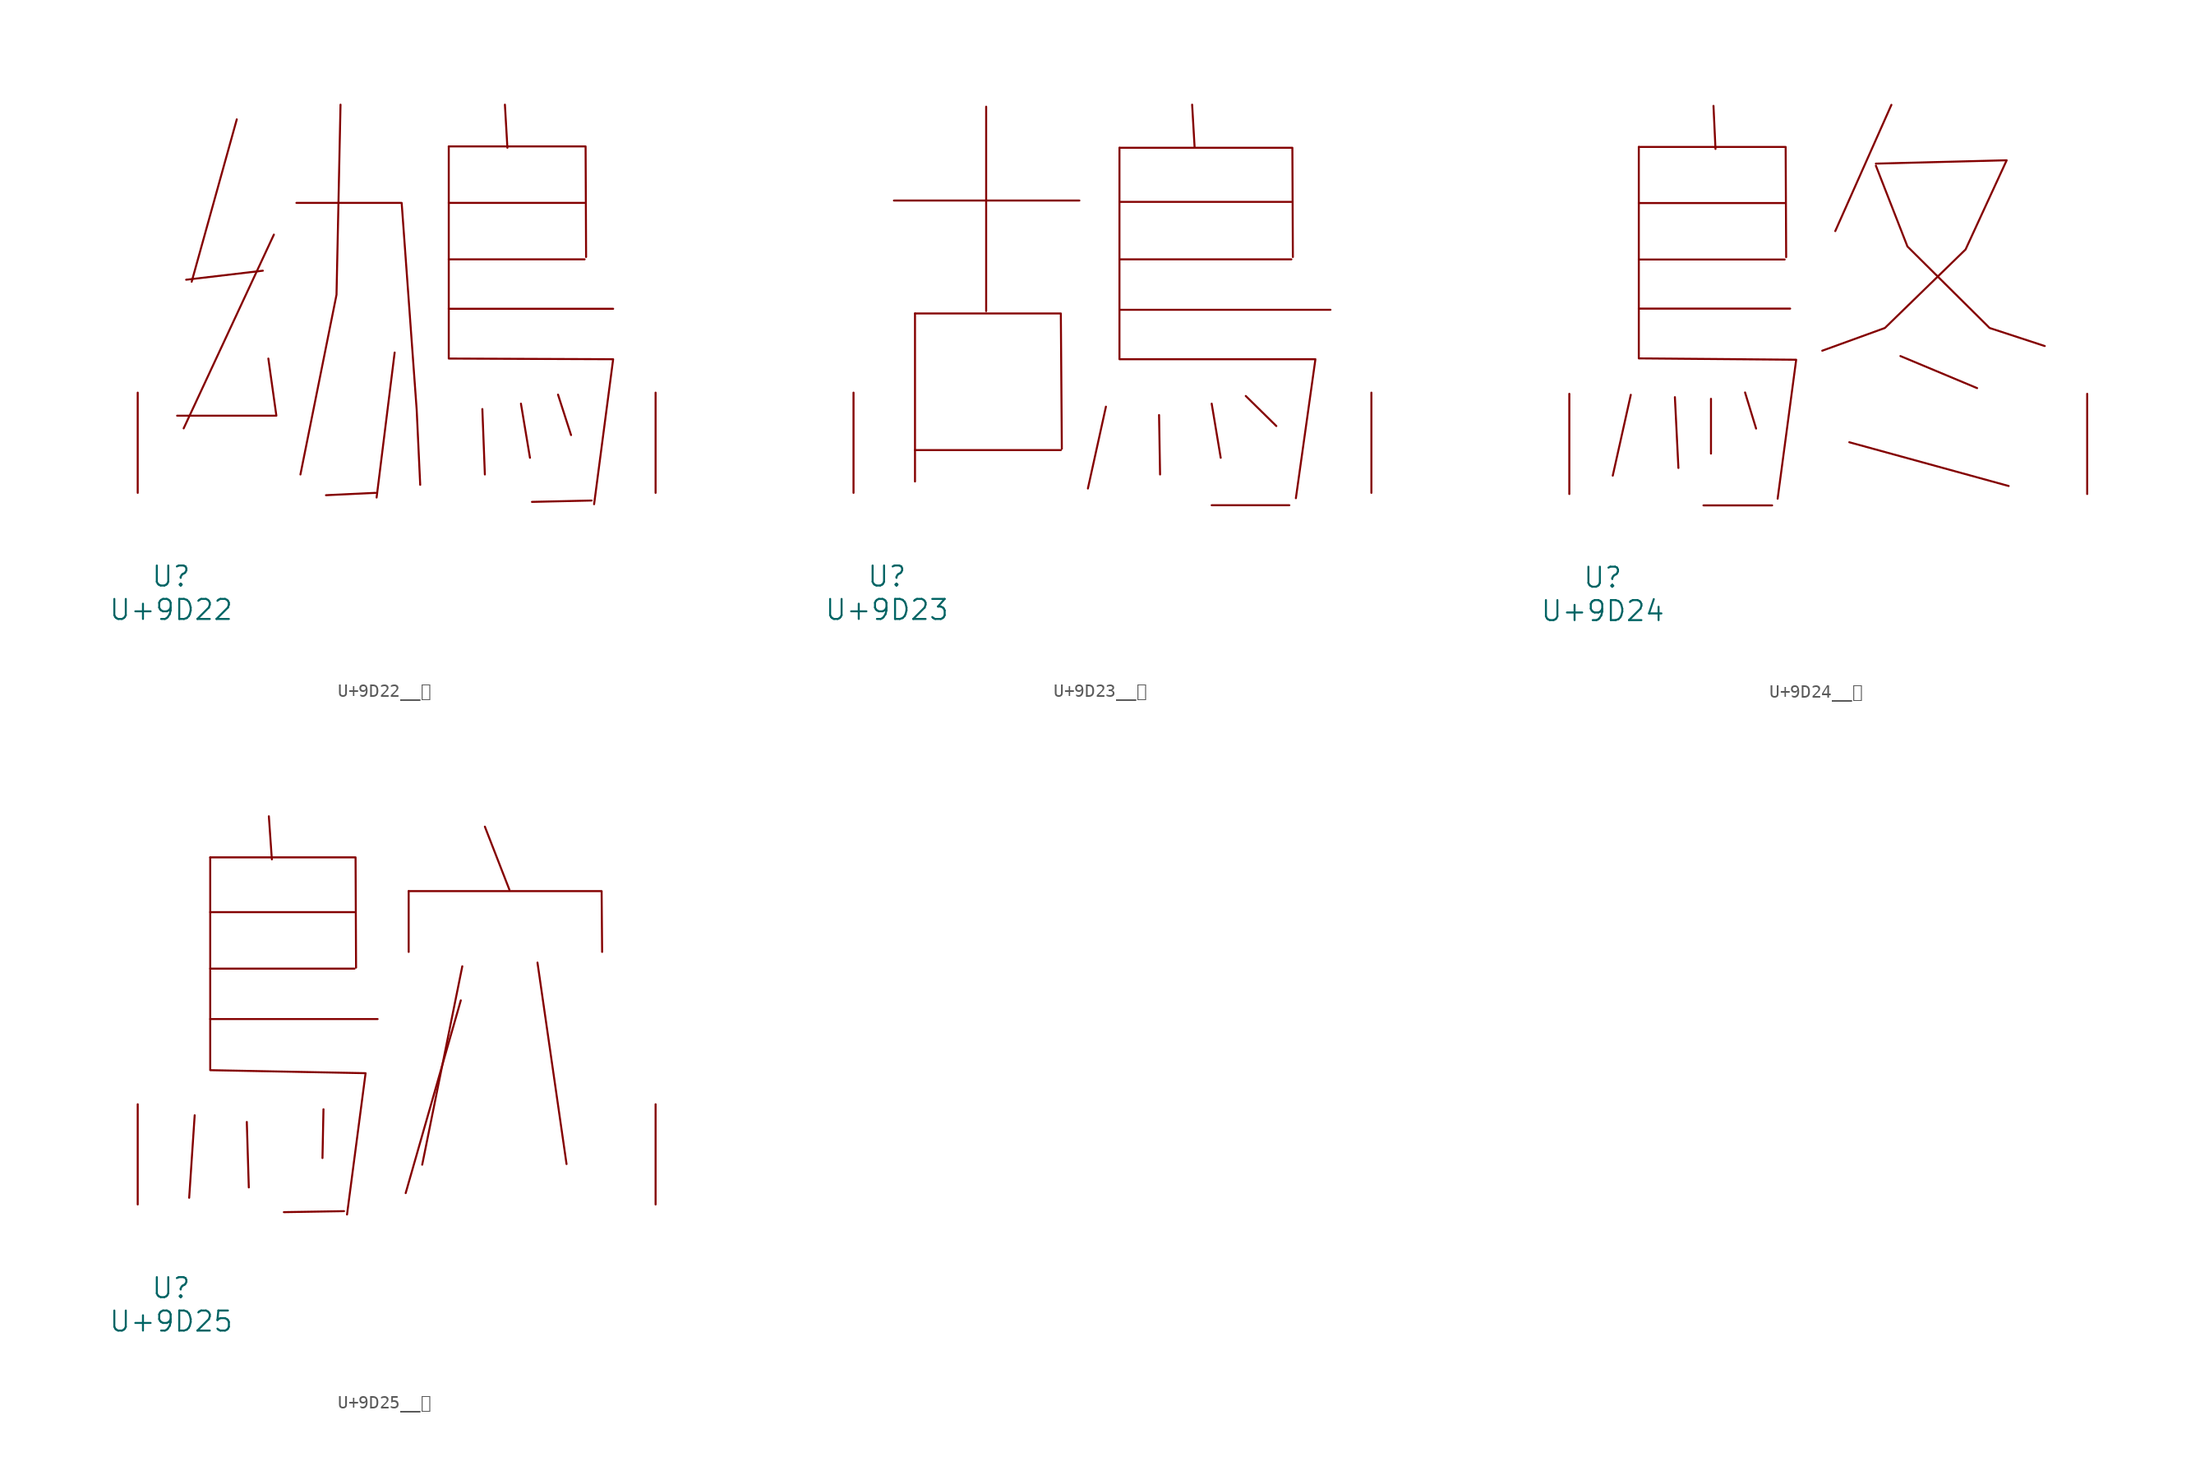
<source format=kicad_sym>
(kicad_symbol_lib
  (version 20231120)
  (generator "kicad_symbol_editor")
  (generator_version "8.0")
  (symbol "U+9D22__鴢"
    (pin_names
      (offset 1.016))
    (property "Reference" "U"
      (at 0 -6.35 0)
      (effects (font (size 1.524 1.524))))
    (property "Value" "U+9D22"
      (at 0 -8.89 0)
      (effects (font (size 1.524 1.524))))
    (symbol "U+9D22__鴢_0_1"
      (polyline (pts (xy 4.991 28.397) (xy 1.562 16.053)) (stroke (width 0) (type solid)) (fill (type none)))
      (polyline (pts (xy 6.972 16.891) (xy 1.143 16.205)) (stroke (width 0) (type solid)) (fill (type none)))
      (polyline (pts (xy 7.811 19.634) (xy 0.953 4.902)) (stroke (width 0) (type solid)) (fill (type none)))
      (polyline (pts (xy 15.545 0) (xy 11.773 -0.178)) (stroke (width 0) (type solid)) (fill (type none)))
      (polyline (pts (xy 16.993 10.668) (xy 15.621 -0.356)) (stroke (width 0) (type solid)) (fill (type none)))
      (polyline (pts (xy 21.107 13.995) (xy 33.604 13.995)) (stroke (width 0) (type solid)) (fill (type none)))
      (polyline (pts (xy 21.107 17.755) (xy 31.433 17.755)) (stroke (width 0) (type solid)) (fill (type none)))
      (polyline (pts (xy 21.107 22.047) (xy 31.433 22.047)) (stroke (width 0) (type solid)) (fill (type none)))
      (polyline (pts (xy 23.66 6.375) (xy 23.851 1.397)) (stroke (width 0) (type solid)) (fill (type none)))
      (polyline (pts (xy 25.375 29.515) (xy 25.565 26.238)) (stroke (width 0) (type solid)) (fill (type none)))
      (polyline (pts (xy 26.594 6.782) (xy 27.28 2.667)) (stroke (width 0) (type solid)) (fill (type none)))
      (polyline (pts (xy 29.413 7.468) (xy 30.404 4.394)) (stroke (width 0) (type solid)) (fill (type none)))
      (polyline (pts (xy 31.966 -0.584) (xy 27.432 -0.686)) (stroke (width 0) (type solid)) (fill (type none)))
      (polyline (pts (xy 7.391 10.211) (xy 8.001 5.867) (xy 0.457 5.867)) (stroke (width 0) (type solid)) (fill (type none)))
      (polyline (pts (xy 12.878 29.515) (xy 12.573 15.062) (xy 9.83 1.397)) (stroke (width 0) (type solid)) (fill (type none)))
      (polyline (pts (xy 21.107 26.34) (xy 31.509 26.34) (xy 31.547 17.932)) (stroke (width 0) (type solid)) (fill (type none)))
      (polyline (pts (xy 9.525 22.047) (xy 17.526 22.047) (xy 18.669 6.299) (xy 18.936 0.61)) (stroke (width 0) (type solid)) (fill (type none)))
      (polyline (pts (xy 21.107 26.34) (xy 21.107 10.211) (xy 33.604 10.16) (xy 32.156 -0.864)) (stroke (width 0) (type solid)) (fill (type none)))
      (pin input line (at -2.54 0 90) (length 7.62) (name "~" (effects (font (size 1.27 1.27)))) (number "~" (effects (font (size 1.27 1.27)))))
      (pin input line (at 36.83 0 90) (length 7.62) (name "~" (effects (font (size 1.27 1.27)))) (number "~" (effects (font (size 1.27 1.27)))))))
  (symbol "U+9D23__鴣"
    (pin_names
      (offset 1.016))
    (property "Reference" "U"
      (at 0 -6.35 0)
      (effects (font (size 1.524 1.524))))
    (property "Value" "U+9D23"
      (at 0 -8.89 0)
      (effects (font (size 1.524 1.524))))
    (symbol "U+9D23__鴣_0_1"
      (polyline (pts (xy 0.533 22.225) (xy 14.63 22.225)) (stroke (width 0) (type solid)) (fill (type none)))
      (polyline (pts (xy 2.134 3.251) (xy 13.221 3.251)) (stroke (width 0) (type solid)) (fill (type none)))
      (polyline (pts (xy 2.134 13.64) (xy 2.134 0.864)) (stroke (width 0) (type solid)) (fill (type none)))
      (polyline (pts (xy 7.544 29.362) (xy 7.544 13.818)) (stroke (width 0) (type solid)) (fill (type none)))
      (polyline (pts (xy 16.65 6.553) (xy 15.278 0.33)) (stroke (width 0) (type solid)) (fill (type none)))
      (polyline (pts (xy 17.678 13.919) (xy 33.718 13.919)) (stroke (width 0) (type solid)) (fill (type none)))
      (polyline (pts (xy 17.678 17.755) (xy 30.747 17.755)) (stroke (width 0) (type solid)) (fill (type none)))
      (polyline (pts (xy 17.678 22.123) (xy 30.747 22.123)) (stroke (width 0) (type solid)) (fill (type none)))
      (polyline (pts (xy 20.688 5.918) (xy 20.765 1.397)) (stroke (width 0) (type solid)) (fill (type none)))
      (polyline (pts (xy 23.203 29.515) (xy 23.393 26.238)) (stroke (width 0) (type solid)) (fill (type none)))
      (polyline (pts (xy 24.689 -0.94) (xy 30.594 -0.94)) (stroke (width 0) (type solid)) (fill (type none)))
      (polyline (pts (xy 24.689 6.782) (xy 25.375 2.667)) (stroke (width 0) (type solid)) (fill (type none)))
      (polyline (pts (xy 27.28 7.366) (xy 29.604 5.08)) (stroke (width 0) (type solid)) (fill (type none)))
      (polyline (pts (xy 2.134 13.64) (xy 13.221 13.64) (xy 13.297 3.353)) (stroke (width 0) (type solid)) (fill (type none)))
      (polyline (pts (xy 17.678 26.238) (xy 30.823 26.238) (xy 30.861 17.932)) (stroke (width 0) (type solid)) (fill (type none)))
      (polyline (pts (xy 17.678 26.238) (xy 17.678 10.16) (xy 32.575 10.16) (xy 31.09 -0.406)) (stroke (width 0) (type solid)) (fill (type none)))
      (pin input line (at -2.54 0 90) (length 7.62) (name "~" (effects (font (size 1.27 1.27)))) (number "~" (effects (font (size 1.27 1.27)))))
      (pin input line (at 36.83 0 90) (length 7.62) (name "~" (effects (font (size 1.27 1.27)))) (number "~" (effects (font (size 1.27 1.27)))))))
  (symbol "U+9D24__鴤"
    (pin_names
      (offset 1.016))
    (property "Reference" "U"
      (at 0 -6.35 0)
      (effects (font (size 1.524 1.524))))
    (property "Value" "U+9D24"
      (at 0 -8.89 0)
      (effects (font (size 1.524 1.524))))
    (symbol "U+9D24__鴤_0_1"
      (polyline (pts (xy 2.134 7.544) (xy 0.762 1.397)) (stroke (width 0) (type solid)) (fill (type none)))
      (polyline (pts (xy 2.743 14.097) (xy 14.249 14.097)) (stroke (width 0) (type solid)) (fill (type none)))
      (polyline (pts (xy 2.743 17.831) (xy 13.83 17.831)) (stroke (width 0) (type solid)) (fill (type none)))
      (polyline (pts (xy 2.743 22.123) (xy 13.83 22.123)) (stroke (width 0) (type solid)) (fill (type none)))
      (polyline (pts (xy 5.486 7.366) (xy 5.753 1.981)) (stroke (width 0) (type solid)) (fill (type none)))
      (polyline (pts (xy 7.658 -0.864) (xy 12.878 -0.864)) (stroke (width 0) (type solid)) (fill (type none)))
      (polyline (pts (xy 8.23 7.239) (xy 8.23 3.073)) (stroke (width 0) (type solid)) (fill (type none)))
      (polyline (pts (xy 8.42 29.515) (xy 8.572 26.238)) (stroke (width 0) (type solid)) (fill (type none)))
      (polyline (pts (xy 10.82 7.722) (xy 11.659 4.978)) (stroke (width 0) (type solid)) (fill (type none)))
      (polyline (pts (xy 18.745 3.937) (xy 30.861 0.61)) (stroke (width 0) (type solid)) (fill (type none)))
      (polyline (pts (xy 21.946 29.591) (xy 17.678 19.99)) (stroke (width 0) (type solid)) (fill (type none)))
      (polyline (pts (xy 22.631 10.49) (xy 28.461 8.052)) (stroke (width 0) (type solid)) (fill (type none)))
      (polyline (pts (xy 2.743 26.391) (xy 13.906 26.391) (xy 13.945 18.009)) (stroke (width 0) (type solid)) (fill (type none)))
      (polyline (pts (xy 2.743 26.391) (xy 2.743 10.312) (xy 14.707 10.211) (xy 13.297 -0.356)) (stroke (width 0) (type solid)) (fill (type none)))
      (polyline (pts (xy 20.765 24.968) (xy 23.165 18.821) (xy 29.413 12.624) (xy 33.604 11.252)) (stroke (width 0) (type solid)) (fill (type none)))
      (polyline (pts (xy 20.765 25.121) (xy 30.709 25.375) (xy 27.584 18.593) (xy 21.45 12.624) (xy 16.688 10.897)) (stroke (width 0) (type solid)) (fill (type none)))
      (pin input line (at -2.54 0 90) (length 7.62) (name "~" (effects (font (size 1.27 1.27)))) (number "~" (effects (font (size 1.27 1.27)))))
      (pin input line (at 36.83 0 90) (length 7.62) (name "~" (effects (font (size 1.27 1.27)))) (number "~" (effects (font (size 1.27 1.27)))))))
  (symbol "U+9D25__鴥"
    (pin_names
      (offset 1.016))
    (property "Reference" "U"
      (at 0 -6.35 0)
      (effects (font (size 1.524 1.524))))
    (property "Value" "U+9D25"
      (at 0 -8.89 0)
      (effects (font (size 1.524 1.524))))
    (symbol "U+9D25__鴥_0_1"
      (polyline (pts (xy 1.791 6.782) (xy 1.372 0.508)) (stroke (width 0) (type solid)) (fill (type none)))
      (polyline (pts (xy 2.972 14.097) (xy 15.697 14.097)) (stroke (width 0) (type solid)) (fill (type none)))
      (polyline (pts (xy 2.972 17.932) (xy 13.945 17.932)) (stroke (width 0) (type solid)) (fill (type none)))
      (polyline (pts (xy 2.972 22.225) (xy 13.945 22.225)) (stroke (width 0) (type solid)) (fill (type none)))
      (polyline (pts (xy 5.753 6.274) (xy 5.905 1.295)) (stroke (width 0) (type solid)) (fill (type none)))
      (polyline (pts (xy 7.429 29.515) (xy 7.658 26.238)) (stroke (width 0) (type solid)) (fill (type none)))
      (polyline (pts (xy 11.582 7.239) (xy 11.506 3.531)) (stroke (width 0) (type solid)) (fill (type none)))
      (polyline (pts (xy 13.145 -0.508) (xy 8.572 -0.584)) (stroke (width 0) (type solid)) (fill (type none)))
      (polyline (pts (xy 18.059 23.825) (xy 18.059 19.202)) (stroke (width 0) (type solid)) (fill (type none)))
      (polyline (pts (xy 22.022 15.519) (xy 17.831 0.864)) (stroke (width 0) (type solid)) (fill (type none)))
      (polyline (pts (xy 22.136 18.11) (xy 19.088 3.023)) (stroke (width 0) (type solid)) (fill (type none)))
      (polyline (pts (xy 23.851 28.727) (xy 25.718 23.927)) (stroke (width 0) (type solid)) (fill (type none)))
      (polyline (pts (xy 27.851 18.39) (xy 30.061 3.073)) (stroke (width 0) (type solid)) (fill (type none)))
      (polyline (pts (xy 2.972 26.391) (xy 14.021 26.391) (xy 14.059 18.009)) (stroke (width 0) (type solid)) (fill (type none)))
      (polyline (pts (xy 18.059 23.825) (xy 32.728 23.825) (xy 32.766 19.202)) (stroke (width 0) (type solid)) (fill (type none)))
      (polyline (pts (xy 2.972 26.391) (xy 2.972 10.211) (xy 14.783 9.982) (xy 13.373 -0.762)) (stroke (width 0) (type solid)) (fill (type none)))
      (pin input line (at -2.54 0 90) (length 7.62) (name "~" (effects (font (size 1.27 1.27)))) (number "~" (effects (font (size 1.27 1.27)))))
      (pin input line (at 36.83 0 90) (length 7.62) (name "~" (effects (font (size 1.27 1.27)))) (number "~" (effects (font (size 1.27 1.27))))))))
</source>
